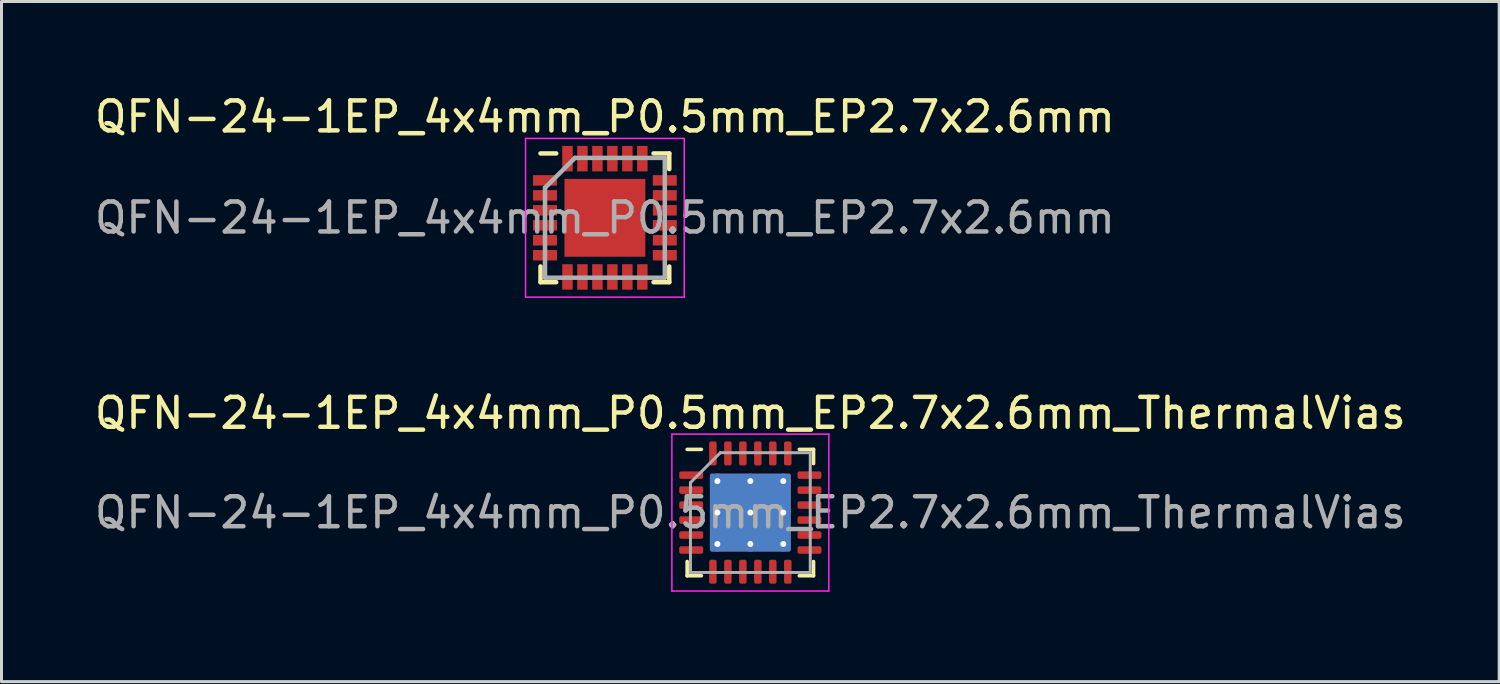
<source format=kicad_pcb>
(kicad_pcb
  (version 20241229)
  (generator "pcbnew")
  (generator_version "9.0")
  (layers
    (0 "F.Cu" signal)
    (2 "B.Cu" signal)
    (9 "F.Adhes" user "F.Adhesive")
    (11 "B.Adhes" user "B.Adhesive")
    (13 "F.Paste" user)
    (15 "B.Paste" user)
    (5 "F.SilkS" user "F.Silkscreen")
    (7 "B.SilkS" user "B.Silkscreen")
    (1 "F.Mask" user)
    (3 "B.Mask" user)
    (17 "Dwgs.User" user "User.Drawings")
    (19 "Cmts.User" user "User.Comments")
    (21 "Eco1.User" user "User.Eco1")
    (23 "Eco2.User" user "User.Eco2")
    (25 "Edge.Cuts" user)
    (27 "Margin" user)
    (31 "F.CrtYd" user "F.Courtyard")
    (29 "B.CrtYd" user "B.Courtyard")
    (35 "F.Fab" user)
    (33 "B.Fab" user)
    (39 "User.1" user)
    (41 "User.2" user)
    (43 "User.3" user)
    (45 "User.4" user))
  (footprint "QFN-24-1EP_4x4mm_P0.5mm_EP2.7x2.6mm"
    (layer "F.Cu")
    (at 17.149 4.223)
    (property "Reference" "QFN-24-1EP_4x4mm_P0.5mm_EP2.7x2.6mm" (at 0 -3.375 0) (layer "F.SilkS") (effects (font (size 1 1) (thickness 0.15))))
    (attr smd)
    (fp_line (start -2.15 -2.15) (end -1.625 -2.15) (stroke (width 0.15) (type solid)) (layer "F.SilkS"))
    (fp_line (start -2.15 2.15) (end -2.15 1.625) (stroke (width 0.15) (type solid)) (layer "F.SilkS"))
    (fp_line (start -2.15 2.15) (end -1.625 2.15) (stroke (width 0.15) (type solid)) (layer "F.SilkS"))
    (fp_line (start 2.15 -2.15) (end 1.625 -2.15) (stroke (width 0.15) (type solid)) (layer "F.SilkS"))
    (fp_line (start 2.15 -2.15) (end 2.15 -1.625) (stroke (width 0.15) (type solid)) (layer "F.SilkS"))
    (fp_line (start 2.15 2.15) (end 1.625 2.15) (stroke (width 0.15) (type solid)) (layer "F.SilkS"))
    (fp_line (start 2.15 2.15) (end 2.15 1.625) (stroke (width 0.15) (type solid)) (layer "F.SilkS"))
    (fp_line (start -2.65 -2.65) (end -2.65 2.65) (stroke (width 0.05) (type solid)) (layer "F.CrtYd"))
    (fp_line (start -2.65 -2.65) (end 2.65 -2.65) (stroke (width 0.05) (type solid)) (layer "F.CrtYd"))
    (fp_line (start -2.65 2.65) (end 2.65 2.65) (stroke (width 0.05) (type solid)) (layer "F.CrtYd"))
    (fp_line (start 2.65 -2.65) (end 2.65 2.65) (stroke (width 0.05) (type solid)) (layer "F.CrtYd"))
    (fp_line (start -2 -1) (end -1 -2) (stroke (width 0.15) (type solid)) (layer "F.Fab"))
    (fp_line (start -2 2) (end -2 -1) (stroke (width 0.15) (type solid)) (layer "F.Fab"))
    (fp_line (start -1 -2) (end 2 -2) (stroke (width 0.15) (type solid)) (layer "F.Fab"))
    (fp_line (start 2 -2) (end 2 2) (stroke (width 0.15) (type solid)) (layer "F.Fab"))
    (fp_line (start 2 2) (end -2 2) (stroke (width 0.15) (type solid)) (layer "F.Fab"))
    (fp_text user "${REFERENCE}" (at 0 0 0) (layer "F.Fab") (effects (font (size 1 1) (thickness 0.15))))
    (pad "" smd rect (at -0.65 -0.65) (size 1.05 1.05) (layers "F.Paste"))
    (pad "" smd rect (at -0.65 0.65) (size 1.05 1.05) (layers "F.Paste"))
    (pad "" smd rect (at 0.65 -0.65) (size 1.05 1.05) (layers "F.Paste"))
    (pad "" smd rect (at 0.65 0.65) (size 1.05 1.05) (layers "F.Paste"))
    (pad "1" smd rect (at -2 -1.25) (size 0.8 0.35) (layers "F.Cu" "F.Mask" "F.Paste"))
    (pad "2" smd rect (at -2 -0.75) (size 0.8 0.35) (layers "F.Cu" "F.Mask" "F.Paste"))
    (pad "3" smd rect (at -2 -0.25) (size 0.8 0.35) (layers "F.Cu" "F.Mask" "F.Paste"))
    (pad "4" smd rect (at -2 0.25) (size 0.8 0.35) (layers "F.Cu" "F.Mask" "F.Paste"))
    (pad "5" smd rect (at -2 0.75) (size 0.8 0.35) (layers "F.Cu" "F.Mask" "F.Paste"))
    (pad "6" smd rect (at -2 1.25) (size 0.8 0.35) (layers "F.Cu" "F.Mask" "F.Paste"))
    (pad "7" smd rect (at -1.25 1.975 90) (size 0.85 0.35) (layers "F.Cu" "F.Mask" "F.Paste"))
    (pad "8" smd rect (at -0.75 1.975 90) (size 0.85 0.35) (layers "F.Cu" "F.Mask" "F.Paste"))
    (pad "9" smd rect (at -0.25 1.975 90) (size 0.85 0.35) (layers "F.Cu" "F.Mask" "F.Paste"))
    (pad "10" smd rect (at 0.25 1.975 90) (size 0.85 0.35) (layers "F.Cu" "F.Mask" "F.Paste"))
    (pad "11" smd rect (at 0.75 1.975 90) (size 0.85 0.35) (layers "F.Cu" "F.Mask" "F.Paste"))
    (pad "12" smd rect (at 1.25 1.975 90) (size 0.85 0.35) (layers "F.Cu" "F.Mask" "F.Paste"))
    (pad "13" smd rect (at 2 1.25) (size 0.8 0.35) (layers "F.Cu" "F.Mask" "F.Paste"))
    (pad "14" smd rect (at 2 0.75) (size 0.8 0.35) (layers "F.Cu" "F.Mask" "F.Paste"))
    (pad "15" smd rect (at 2 0.25) (size 0.8 0.35) (layers "F.Cu" "F.Mask" "F.Paste"))
    (pad "16" smd rect (at 2 -0.25) (size 0.8 0.35) (layers "F.Cu" "F.Mask" "F.Paste"))
    (pad "17" smd rect (at 2 -0.75) (size 0.8 0.35) (layers "F.Cu" "F.Mask" "F.Paste"))
    (pad "18" smd rect (at 2 -1.25) (size 0.8 0.35) (layers "F.Cu" "F.Mask" "F.Paste"))
    (pad "19" smd rect (at 1.25 -1.975 90) (size 0.85 0.35) (layers "F.Cu" "F.Mask" "F.Paste"))
    (pad "20" smd rect (at 0.75 -1.975 90) (size 0.85 0.35) (layers "F.Cu" "F.Mask" "F.Paste"))
    (pad "21" smd rect (at 0.25 -1.975 90) (size 0.85 0.35) (layers "F.Cu" "F.Mask" "F.Paste"))
    (pad "22" smd rect (at -0.25 -1.975 90) (size 0.85 0.35) (layers "F.Cu" "F.Mask" "F.Paste"))
    (pad "23" smd rect (at -0.75 -1.975 90) (size 0.85 0.35) (layers "F.Cu" "F.Mask" "F.Paste"))
    (pad "24" smd rect (at -1.25 -1.975 90) (size 0.85 0.35) (layers "F.Cu" "F.Mask" "F.Paste"))
    (pad "25" smd rect (at 0 0) (size 2.7 2.6) (layers "F.Cu" "F.Mask")))
  (footprint "QFN-24-1EP_4x4mm_P0.5mm_EP2.7x2.6mm_ThermalVias"
    (layer "F.Cu")
    (at 22.006 14.066)
    (property "Reference" "QFN-24-1EP_4x4mm_P0.5mm_EP2.7x2.6mm_ThermalVias" (at 0 -3.32 0) (layer "F.SilkS") (effects (font (size 1 1) (thickness 0.15))))
    (attr smd)
    (fp_line (start -2.11 2.11) (end -2.11 1.635) (stroke (width 0.12) (type solid)) (layer "F.SilkS"))
    (fp_line (start -1.635 -2.11) (end -2.11 -2.11) (stroke (width 0.12) (type solid)) (layer "F.SilkS"))
    (fp_line (start -1.635 2.11) (end -2.11 2.11) (stroke (width 0.12) (type solid)) (layer "F.SilkS"))
    (fp_line (start 1.635 -2.11) (end 2.11 -2.11) (stroke (width 0.12) (type solid)) (layer "F.SilkS"))
    (fp_line (start 1.635 2.11) (end 2.11 2.11) (stroke (width 0.12) (type solid)) (layer "F.SilkS"))
    (fp_line (start 2.11 -2.11) (end 2.11 -1.635) (stroke (width 0.12) (type solid)) (layer "F.SilkS"))
    (fp_line (start 2.11 2.11) (end 2.11 1.635) (stroke (width 0.12) (type solid)) (layer "F.SilkS"))
    (fp_line (start -2.62 -2.62) (end -2.62 2.62) (stroke (width 0.05) (type solid)) (layer "F.CrtYd"))
    (fp_line (start -2.62 2.62) (end 2.62 2.62) (stroke (width 0.05) (type solid)) (layer "F.CrtYd"))
    (fp_line (start 2.62 -2.62) (end -2.62 -2.62) (stroke (width 0.05) (type solid)) (layer "F.CrtYd"))
    (fp_line (start 2.62 2.62) (end 2.62 -2.62) (stroke (width 0.05) (type solid)) (layer "F.CrtYd"))
    (fp_line (start -2 -1) (end -1 -2) (stroke (width 0.1) (type solid)) (layer "F.Fab"))
    (fp_line (start -2 2) (end -2 -1) (stroke (width 0.1) (type solid)) (layer "F.Fab"))
    (fp_line (start -1 -2) (end 2 -2) (stroke (width 0.1) (type solid)) (layer "F.Fab"))
    (fp_line (start 2 -2) (end 2 2) (stroke (width 0.1) (type solid)) (layer "F.Fab"))
    (fp_line (start 2 2) (end -2 2) (stroke (width 0.1) (type solid)) (layer "F.Fab"))
    (fp_text user "${REFERENCE}" (at 0 0 0) (layer "F.Fab") (effects (font (size 1 1) (thickness 0.15))))
    (pad "" smd roundrect (at -0.675 -0.65) (size 1.17 1.13) (layers "F.Paste") (roundrect_rratio 0.221))
    (pad "" smd roundrect (at -0.675 0.65) (size 1.17 1.13) (layers "F.Paste") (roundrect_rratio 0.221))
    (pad "" smd roundrect (at 0.675 -0.65) (size 1.17 1.13) (layers "F.Paste") (roundrect_rratio 0.221))
    (pad "" smd roundrect (at 0.675 0.65) (size 1.17 1.13) (layers "F.Paste") (roundrect_rratio 0.221))
    (pad "1" smd roundrect (at -1.975 -1.25) (size 0.8 0.25) (layers "F.Cu" "F.Mask" "F.Paste") (roundrect_rratio 0.25))
    (pad "2" smd roundrect (at -1.975 -0.75) (size 0.8 0.25) (layers "F.Cu" "F.Mask" "F.Paste") (roundrect_rratio 0.25))
    (pad "3" smd roundrect (at -1.975 -0.25) (size 0.8 0.25) (layers "F.Cu" "F.Mask" "F.Paste") (roundrect_rratio 0.25))
    (pad "4" smd roundrect (at -1.975 0.25) (size 0.8 0.25) (layers "F.Cu" "F.Mask" "F.Paste") (roundrect_rratio 0.25))
    (pad "5" smd roundrect (at -1.975 0.75) (size 0.8 0.25) (layers "F.Cu" "F.Mask" "F.Paste") (roundrect_rratio 0.25))
    (pad "6" smd roundrect (at -1.975 1.25) (size 0.8 0.25) (layers "F.Cu" "F.Mask" "F.Paste") (roundrect_rratio 0.25))
    (pad "7" smd roundrect (at -1.25 1.975) (size 0.25 0.8) (layers "F.Cu" "F.Mask" "F.Paste") (roundrect_rratio 0.25))
    (pad "8" smd roundrect (at -0.75 1.975) (size 0.25 0.8) (layers "F.Cu" "F.Mask" "F.Paste") (roundrect_rratio 0.25))
    (pad "9" smd roundrect (at -0.25 1.975) (size 0.25 0.8) (layers "F.Cu" "F.Mask" "F.Paste") (roundrect_rratio 0.25))
    (pad "10" smd roundrect (at 0.25 1.975) (size 0.25 0.8) (layers "F.Cu" "F.Mask" "F.Paste") (roundrect_rratio 0.25))
    (pad "11" smd roundrect (at 0.75 1.975) (size 0.25 0.8) (layers "F.Cu" "F.Mask" "F.Paste") (roundrect_rratio 0.25))
    (pad "12" smd roundrect (at 1.25 1.975) (size 0.25 0.8) (layers "F.Cu" "F.Mask" "F.Paste") (roundrect_rratio 0.25))
    (pad "13" smd roundrect (at 1.975 1.25) (size 0.8 0.25) (layers "F.Cu" "F.Mask" "F.Paste") (roundrect_rratio 0.25))
    (pad "14" smd roundrect (at 1.975 0.75) (size 0.8 0.25) (layers "F.Cu" "F.Mask" "F.Paste") (roundrect_rratio 0.25))
    (pad "15" smd roundrect (at 1.975 0.25) (size 0.8 0.25) (layers "F.Cu" "F.Mask" "F.Paste") (roundrect_rratio 0.25))
    (pad "16" smd roundrect (at 1.975 -0.25) (size 0.8 0.25) (layers "F.Cu" "F.Mask" "F.Paste") (roundrect_rratio 0.25))
    (pad "17" smd roundrect (at 1.975 -0.75) (size 0.8 0.25) (layers "F.Cu" "F.Mask" "F.Paste") (roundrect_rratio 0.25))
    (pad "18" smd roundrect (at 1.975 -1.25) (size 0.8 0.25) (layers "F.Cu" "F.Mask" "F.Paste") (roundrect_rratio 0.25))
    (pad "19" smd roundrect (at 1.25 -1.975) (size 0.25 0.8) (layers "F.Cu" "F.Mask" "F.Paste") (roundrect_rratio 0.25))
    (pad "20" smd roundrect (at 0.75 -1.975) (size 0.25 0.8) (layers "F.Cu" "F.Mask" "F.Paste") (roundrect_rratio 0.25))
    (pad "21" smd roundrect (at 0.25 -1.975) (size 0.25 0.8) (layers "F.Cu" "F.Mask" "F.Paste") (roundrect_rratio 0.25))
    (pad "22" smd roundrect (at -0.25 -1.975) (size 0.25 0.8) (layers "F.Cu" "F.Mask" "F.Paste") (roundrect_rratio 0.25))
    (pad "23" smd roundrect (at -0.75 -1.975) (size 0.25 0.8) (layers "F.Cu" "F.Mask" "F.Paste") (roundrect_rratio 0.25))
    (pad "24" smd roundrect (at -1.25 -1.975) (size 0.25 0.8) (layers "F.Cu" "F.Mask" "F.Paste") (roundrect_rratio 0.25))
    (pad "25" thru_hole circle (at -1.1 -1.05) (size 0.5 0.5) (drill 0.2) (layers "*.Cu"))
    (pad "25" thru_hole circle (at -1.1 0) (size 0.5 0.5) (drill 0.2) (layers "*.Cu"))
    (pad "25" thru_hole circle (at -1.1 1.05) (size 0.5 0.5) (drill 0.2) (layers "*.Cu"))
    (pad "25" thru_hole circle (at 0 -1.05) (size 0.5 0.5) (drill 0.2) (layers "*.Cu"))
    (pad "25" thru_hole circle (at 0 0) (size 0.5 0.5) (drill 0.2) (layers "*.Cu"))
    (pad "25" smd roundrect (at 0 0) (size 2.7 2.6) (layers "F.Cu" "F.Mask") (roundrect_rratio 0.024))
    (pad "25" smd roundrect (at 0 0) (size 2.7 2.6) (layers "B.Cu") (roundrect_rratio 0.024))
    (pad "25" thru_hole circle (at 0 1.05) (size 0.5 0.5) (drill 0.2) (layers "*.Cu"))
    (pad "25" thru_hole circle (at 1.1 -1.05) (size 0.5 0.5) (drill 0.2) (layers "*.Cu"))
    (pad "25" thru_hole circle (at 1.1 0) (size 0.5 0.5) (drill 0.2) (layers "*.Cu"))
    (pad "25" thru_hole circle (at 1.1 1.05) (size 0.5 0.5) (drill 0.2) (layers "*.Cu")))
  (gr_rect
    (start -3 -3)
    (end 47.012 19.712)
    (stroke (width 0.1) (type default))
    (fill no)
    (layer "Edge.Cuts")))
</source>
